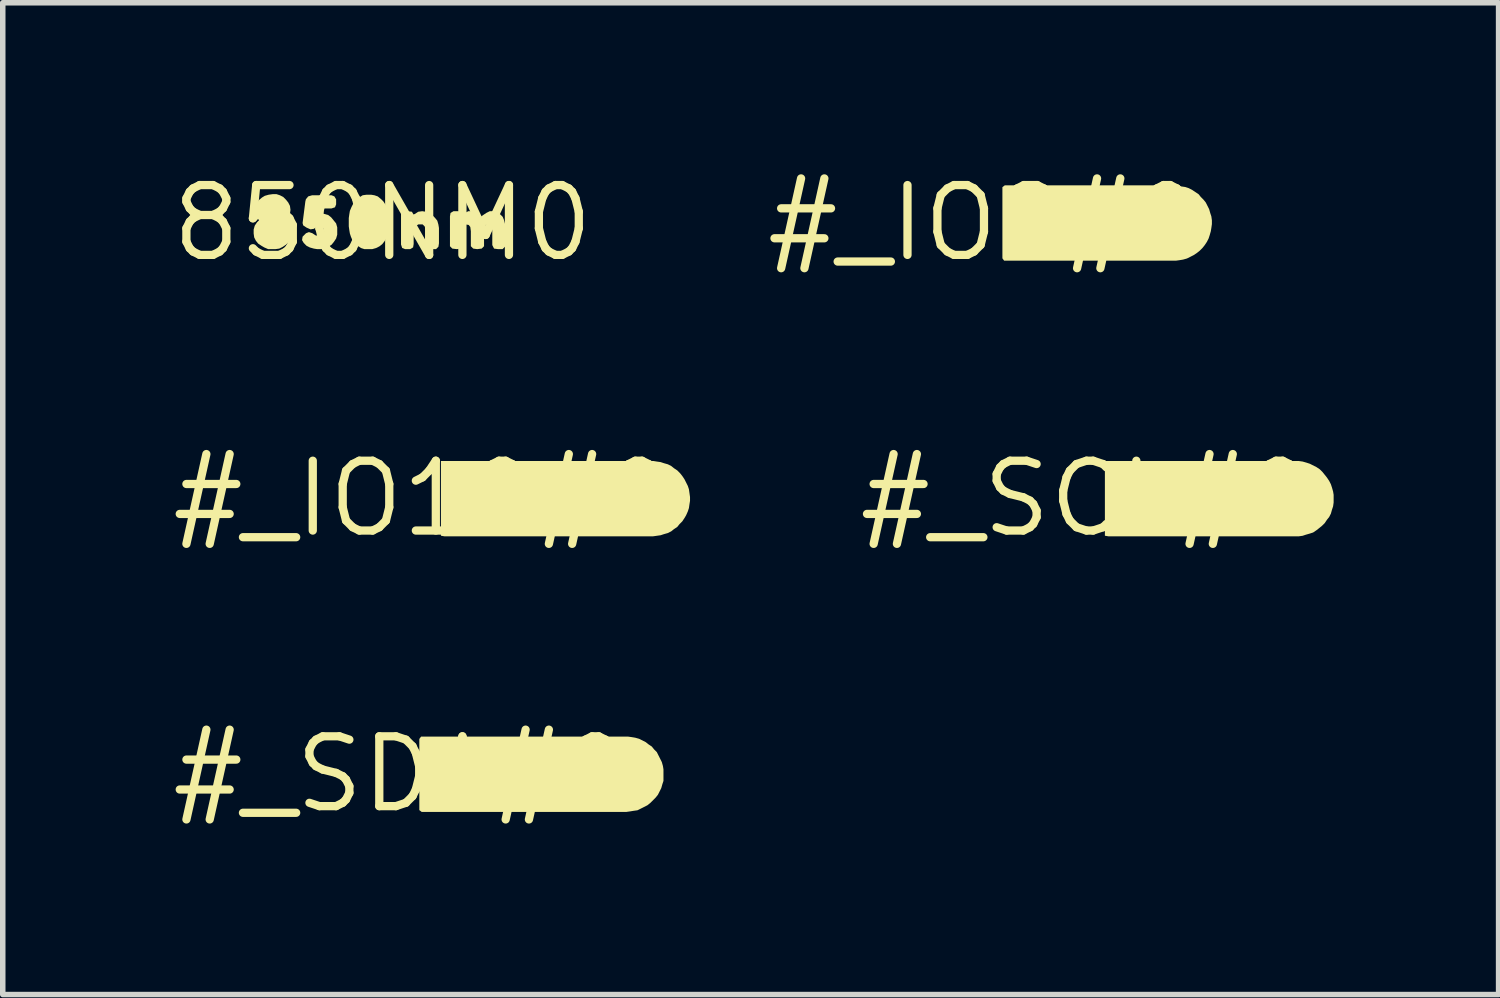
<source format=kicad_pcb>
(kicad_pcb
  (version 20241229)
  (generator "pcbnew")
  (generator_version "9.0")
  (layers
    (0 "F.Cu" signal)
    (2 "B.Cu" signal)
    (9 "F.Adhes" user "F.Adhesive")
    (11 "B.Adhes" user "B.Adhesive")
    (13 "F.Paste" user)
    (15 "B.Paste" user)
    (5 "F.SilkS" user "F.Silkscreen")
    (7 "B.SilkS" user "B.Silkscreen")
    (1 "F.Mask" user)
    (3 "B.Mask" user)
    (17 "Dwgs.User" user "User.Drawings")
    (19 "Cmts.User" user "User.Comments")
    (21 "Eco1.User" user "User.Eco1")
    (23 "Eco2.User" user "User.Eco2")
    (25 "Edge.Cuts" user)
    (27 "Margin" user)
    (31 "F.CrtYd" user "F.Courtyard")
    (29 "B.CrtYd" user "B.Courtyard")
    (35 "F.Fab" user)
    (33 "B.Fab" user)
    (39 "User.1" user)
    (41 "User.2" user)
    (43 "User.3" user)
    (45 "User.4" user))
  (footprint "#_SDA#0"
    (layer "F.Cu")
    (at 4.241 11.031)
    (property "Reference" "#_SDA#0" (at 0 0 0) (layer "F.SilkS") (effects (font (size 1.27 1.27) (thickness 0.15))))
    (fp_poly (pts (xy 3.516 0.04) (xy 3.493 0.075) (xy 3.342 0.075) (xy 3.406 -0.064) (xy 3.452 -0.087)) (stroke (width 0) (type default)) (fill yes) (layer "F.SilkS"))
    (fp_poly (pts (xy 2.402 -0.245) (xy 2.463 -0.204) (xy 2.514 -0.163) (xy 2.545 -0.102) (xy 2.565 -0.031) (xy 2.565 0.041) (xy 2.545 0.102) (xy 2.504 0.163) (xy 2.453 0.204) (xy 2.371 0.245) (xy 2.229 0.245) (xy 2.185 0.223) (xy 2.185 -0.19) (xy 2.196 -0.255) (xy 2.34 -0.255)) (stroke (width 0) (type default)) (fill yes) (layer "F.SilkS"))
    (fp_poly (pts (xy 4.13 -0.685) (xy 4.201 -0.675) (xy 4.261 -0.665) (xy 4.332 -0.645) (xy 4.453 -0.584) (xy 4.503 -0.544) (xy 4.563 -0.504) (xy 4.604 -0.453) (xy 4.654 -0.403) (xy 4.745 -0.222) (xy 4.765 -0.151) (xy 4.775 -0.09) (xy 4.775 0.121) (xy 4.755 0.181) (xy 4.735 0.252) (xy 4.674 0.373) (xy 4.634 0.423) (xy 4.584 0.474) (xy 4.533 0.524) (xy 4.483 0.564) (xy 4.302 0.655) (xy 4.231 0.665) (xy 4.171 0.675) (xy 4.1 0.685) (xy 0.378 0.685) (xy 0.335 0.652) (xy 0.335 -0.642) (xy 0.367 -0.685)) (stroke (width 0) (type default)) (fill yes) (layer "F.SilkS")))
  (footprint "#_IO9#0"
    (layer "F.Cu")
    (at 14.845 1.006)
    (property "Reference" "#_IO9#0" (at 0 0 0) (layer "F.SilkS") (effects (font (size 1.27 1.27) (thickness 0.15))))
    (fp_poly (pts (xy 3.055 -0.222) (xy 3.055 -0.157) (xy 2.992 -0.115) (xy 2.919 -0.115) (xy 2.866 -0.147) (xy 2.845 -0.221) (xy 2.877 -0.275) (xy 3.012 -0.275)) (stroke (width 0) (type default)) (fill yes) (layer "F.SilkS"))
    (fp_poly (pts (xy 2.032 -0.265) (xy 2.093 -0.224) (xy 2.144 -0.183) (xy 2.175 -0.122) (xy 2.195 -0.061) (xy 2.195 0.02) (xy 2.185 0.092) (xy 2.154 0.143) (xy 2.103 0.194) (xy 2.042 0.235) (xy 1.98 0.245) (xy 1.909 0.245) (xy 1.848 0.225) (xy 1.787 0.184) (xy 1.746 0.133) (xy 1.705 0.061) (xy 1.705 -0.01) (xy 1.715 -0.081) (xy 1.735 -0.142) (xy 1.776 -0.204) (xy 1.838 -0.245) (xy 1.899 -0.265) (xy 1.97 -0.275)) (stroke (width 0) (type default)) (fill yes) (layer "F.SilkS"))
    (fp_poly (pts (xy 3.46 -0.685) (xy 3.531 -0.675) (xy 3.591 -0.665) (xy 3.661 -0.655) (xy 3.722 -0.635) (xy 3.783 -0.604) (xy 3.843 -0.564) (xy 3.903 -0.524) (xy 3.944 -0.473) (xy 3.994 -0.423) (xy 4.034 -0.373) (xy 4.095 -0.252) (xy 4.115 -0.181) (xy 4.135 -0.121) (xy 4.145 -0.05) (xy 4.145 0.02) (xy 4.135 0.091) (xy 4.125 0.151) (xy 4.105 0.221) (xy 4.085 0.282) (xy 4.054 0.343) (xy 4.014 0.403) (xy 3.974 0.453) (xy 3.923 0.504) (xy 3.873 0.544) (xy 3.813 0.584) (xy 3.692 0.645) (xy 3.621 0.665) (xy 3.561 0.675) (xy 3.49 0.685) (xy 0.367 0.685) (xy 0.335 0.642) (xy 0.335 -0.652) (xy 0.378 -0.685)) (stroke (width 0) (type default)) (fill yes) (layer "F.SilkS")))
  (footprint "850NM0"
    (layer "F.Cu")
    (at 3.908 1.006)
    (property "Reference" "850NM0" (at 0 0 0) (layer "F.SilkS") (effects (font (size 1.27 1.27) (thickness 0.15))))
    (fp_poly (pts (xy 0.791 -0.205) (xy 0.852 -0.184) (xy 0.903 -0.144) (xy 0.954 -0.093) (xy 0.995 -0.042) (xy 1.015 0.029) (xy 1.025 0.09) (xy 1.025 0.37) (xy 1.015 0.432) (xy 0.972 0.475) (xy 0.879 0.475) (xy 0.817 0.454) (xy 0.785 0.401) (xy 0.785 0.131) (xy 0.766 0.063) (xy 0.728 0.025) (xy 0.651 0.025) (xy 0.604 0.054) (xy 0.565 0.112) (xy 0.565 0.38) (xy 0.555 0.443) (xy 0.501 0.475) (xy 0.409 0.475) (xy 0.356 0.454) (xy 0.335 0.391) (xy 0.335 -0.162) (xy 0.367 -0.205) (xy 0.45 -0.215) (xy 0.533 -0.205) (xy 0.562 -0.156) (xy 0.588 -0.165) (xy 0.648 -0.205) (xy 0.72 -0.215)) (stroke (width 0) (type default)) (fill yes) (layer "F.SilkS"))
    (fp_poly (pts (xy -0.149 -0.505) (xy -0.088 -0.484) (xy -0.027 -0.434) (xy 0.014 -0.393) (xy 0.054 -0.333) (xy 0.085 -0.272) (xy 0.095 -0.201) (xy 0.115 -0.131) (xy 0.115 0.08) (xy 0.105 0.151) (xy 0.085 0.221) (xy 0.065 0.282) (xy 0.034 0.333) (xy -0.006 0.384) (xy -0.057 0.424) (xy -0.118 0.455) (xy -0.189 0.475) (xy -0.331 0.475) (xy -0.392 0.455) (xy -0.453 0.414) (xy -0.504 0.374) (xy -0.544 0.323) (xy -0.575 0.252) (xy -0.595 0.191) (xy -0.605 0.131) (xy -0.615 0.06) (xy -0.615 -0.09) (xy -0.605 -0.161) (xy -0.595 -0.221) (xy -0.565 -0.292) (xy -0.534 -0.352) (xy -0.504 -0.403) (xy -0.473 -0.444) (xy -0.412 -0.474) (xy -0.362 -0.505) (xy -0.29 -0.515) (xy -0.21 -0.515)) (stroke (width 0) (type default)) (fill yes) (layer "F.SilkS"))
    (fp_poly (pts (xy -1.868 -0.505) (xy -1.807 -0.474) (xy -1.756 -0.423) (xy -1.716 -0.373) (xy -1.685 -0.312) (xy -1.675 -0.24) (xy -1.685 -0.168) (xy -1.716 -0.107) (xy -1.753 -0.06) (xy -1.716 -0.023) (xy -1.675 0.048) (xy -1.655 0.109) (xy -1.645 0.15) (xy -1.655 0.221) (xy -1.675 0.282) (xy -1.706 0.343) (xy -1.757 0.394) (xy -1.817 0.434) (xy -1.878 0.465) (xy -1.95 0.475) (xy -2.081 0.475) (xy -2.152 0.444) (xy -2.203 0.414) (xy -2.263 0.374) (xy -2.304 0.323) (xy -2.335 0.262) (xy -2.345 0.19) (xy -2.345 0.119) (xy -2.325 0.048) (xy -2.284 -0.013) (xy -2.247 -0.05) (xy -2.274 -0.087) (xy -2.315 -0.158) (xy -2.325 -0.23) (xy -2.315 -0.302) (xy -2.284 -0.362) (xy -2.254 -0.413) (xy -2.193 -0.464) (xy -2.142 -0.495) (xy -2.071 -0.515) (xy -2 -0.525) (xy -1.929 -0.525)) (stroke (width 0) (type default)) (fill yes) (layer "F.SilkS"))
    (fp_poly (pts (xy -0.877 -0.484) (xy -0.845 -0.431) (xy -0.845 -0.339) (xy -0.866 -0.286) (xy -0.929 -0.265) (xy -1.139 -0.265) (xy -1.175 -0.256) (xy -1.184 -0.185) (xy -1.119 -0.185) (xy -1.059 -0.165) (xy -0.988 -0.145) (xy -0.936 -0.104) (xy -0.886 -0.043) (xy -0.845 0.008) (xy -0.825 0.079) (xy -0.825 0.211) (xy -0.845 0.282) (xy -0.886 0.343) (xy -0.927 0.394) (xy -0.987 0.434) (xy -1.048 0.465) (xy -1.11 0.475) (xy -1.19 0.475) (xy -1.251 0.465) (xy -1.322 0.445) (xy -1.383 0.414) (xy -1.434 0.363) (xy -1.465 0.311) (xy -1.455 0.248) (xy -1.393 0.186) (xy -1.34 0.165) (xy -1.278 0.185) (xy -1.218 0.225) (xy -1.15 0.235) (xy -1.094 0.216) (xy -1.065 0.159) (xy -1.075 0.093) (xy -1.131 0.065) (xy -1.198 0.065) (xy -1.248 0.105) (xy -1.311 0.115) (xy -1.382 0.084) (xy -1.444 0.043) (xy -1.455 0.000299) (xy -1.405 -0.391) (xy -1.395 -0.432) (xy -1.353 -0.484) (xy -1.281 -0.505) (xy -0.929 -0.505)) (stroke (width 0) (type default)) (fill yes) (layer "F.SilkS"))
    (fp_poly (pts (xy 1.434 -0.183) (xy 1.452 -0.13) (xy 1.497 -0.184) (xy 1.559 -0.215) (xy 1.621 -0.215) (xy 1.692 -0.195) (xy 1.743 -0.164) (xy 1.79 -0.117) (xy 1.827 -0.144) (xy 1.887 -0.184) (xy 1.949 -0.215) (xy 2.021 -0.215) (xy 2.082 -0.195) (xy 2.143 -0.154) (xy 2.184 -0.113) (xy 2.205 -0.062) (xy 2.225 0.009) (xy 2.235 0.08) (xy 2.235 0.37) (xy 2.225 0.432) (xy 2.182 0.475) (xy 2.1 0.475) (xy 2.027 0.465) (xy 1.995 0.401) (xy 1.995 0.14) (xy 1.985 0.063) (xy 1.939 0.025) (xy 1.874 0.035) (xy 1.855 0.081) (xy 1.845 0.15) (xy 1.845 0.422) (xy 1.802 0.465) (xy 1.72 0.475) (xy 1.648 0.465) (xy 1.605 0.422) (xy 1.605 0.15) (xy 1.595 0.072) (xy 1.567 0.035) (xy 1.502 0.025) (xy 1.465 0.062) (xy 1.455 0.14) (xy 1.455 0.411) (xy 1.423 0.465) (xy 1.35 0.475) (xy 1.268 0.465) (xy 1.225 0.422) (xy 1.225 -0.12) (xy 1.235 -0.183) (xy 1.289 -0.215) (xy 1.381 -0.215)) (stroke (width 0) (type default)) (fill yes) (layer "F.SilkS")))
  (footprint "#_IO10#0"
    (layer "F.Cu")
    (at 4.634 6.019)
    (property "Reference" "#_IO10#0" (at 0 0 0) (layer "F.SilkS") (effects (font (size 1.27 1.27) (thickness 0.15))))
    (fp_poly (pts (xy 3.724 -0.253) (xy 3.755 -0.202) (xy 3.775 -0.131) (xy 3.785 -0.04) (xy 3.785 0.061) (xy 3.765 0.141) (xy 3.744 0.203) (xy 3.702 0.235) (xy 3.65 0.245) (xy 3.629 0.245) (xy 3.577 0.224) (xy 3.545 0.182) (xy 3.525 0.111) (xy 3.515 0.03) (xy 3.515 -0.08) (xy 3.525 -0.161) (xy 3.546 -0.222) (xy 3.587 -0.274) (xy 3.629 -0.285) (xy 3.682 -0.285)) (stroke (width 0) (type default)) (fill yes) (layer "F.SilkS"))
    (fp_poly (pts (xy 2.052 -0.255) (xy 2.113 -0.214) (xy 2.154 -0.163) (xy 2.185 -0.102) (xy 2.195 -0.03) (xy 2.195 0.041) (xy 2.175 0.112) (xy 2.144 0.163) (xy 2.082 0.214) (xy 2.021 0.235) (xy 1.96 0.245) (xy 1.889 0.245) (xy 1.827 0.214) (xy 1.777 0.164) (xy 1.727 0.124) (xy 1.705 0.102) (xy 1.705 -0.041) (xy 1.725 -0.112) (xy 1.756 -0.173) (xy 1.807 -0.214) (xy 1.858 -0.255) (xy 1.929 -0.275) (xy 1.991 -0.275)) (stroke (width 0) (type default)) (fill yes) (layer "F.SilkS"))
    (fp_poly (pts (xy 4.2 -0.685) (xy 4.261 -0.675) (xy 4.331 -0.665) (xy 4.391 -0.645) (xy 4.462 -0.625) (xy 4.523 -0.594) (xy 4.573 -0.554) (xy 4.633 -0.514) (xy 4.684 -0.463) (xy 4.724 -0.413) (xy 4.764 -0.353) (xy 4.825 -0.232) (xy 4.845 -0.171) (xy 4.855 -0.101) (xy 4.865 -0.03) (xy 4.865 0.04) (xy 4.855 0.101) (xy 4.845 0.171) (xy 4.825 0.232) (xy 4.794 0.302) (xy 4.764 0.353) (xy 4.724 0.413) (xy 4.674 0.463) (xy 4.633 0.514) (xy 4.573 0.554) (xy 4.523 0.594) (xy 4.462 0.625) (xy 4.391 0.645) (xy 4.331 0.665) (xy 4.261 0.675) (xy 4.19 0.685) (xy 0.4 0.685) (xy 0.335 0.674) (xy 0.335 -0.685)) (stroke (width 0) (type default)) (fill yes) (layer "F.SilkS")))
  (footprint "#_SCL#0"
    (layer "F.Cu")
    (at 16.709 6.019)
    (property "Reference" "#_SCL#0" (at 0 0 0) (layer "F.SilkS") (effects (font (size 1.27 1.27) (thickness 0.15))))
    (fp_poly (pts (xy 3.86 -0.685) (xy 3.931 -0.675) (xy 4.001 -0.655) (xy 4.062 -0.635) (xy 4.183 -0.574) (xy 4.243 -0.534) (xy 4.294 -0.483) (xy 4.334 -0.433) (xy 4.374 -0.383) (xy 4.414 -0.323) (xy 4.445 -0.262) (xy 4.465 -0.201) (xy 4.485 -0.131) (xy 4.495 -0.07) (xy 4.495 0.07) (xy 4.485 0.141) (xy 4.465 0.201) (xy 4.445 0.272) (xy 4.414 0.333) (xy 4.374 0.383) (xy 4.334 0.443) (xy 4.283 0.494) (xy 4.233 0.534) (xy 4.183 0.574) (xy 4.122 0.615) (xy 4.061 0.635) (xy 3.991 0.655) (xy 3.931 0.675) (xy 3.86 0.685) (xy 0.4 0.685) (xy 0.335 0.674) (xy 0.335 -0.62) (xy 0.346 -0.685)) (stroke (width 0) (type default)) (fill yes) (layer "F.SilkS")))
  (gr_rect
    (start -3 -3)
    (end 24.204 15.037)
    (stroke (width 0.1) (type default))
    (fill no)
    (layer "Edge.Cuts")))
</source>
